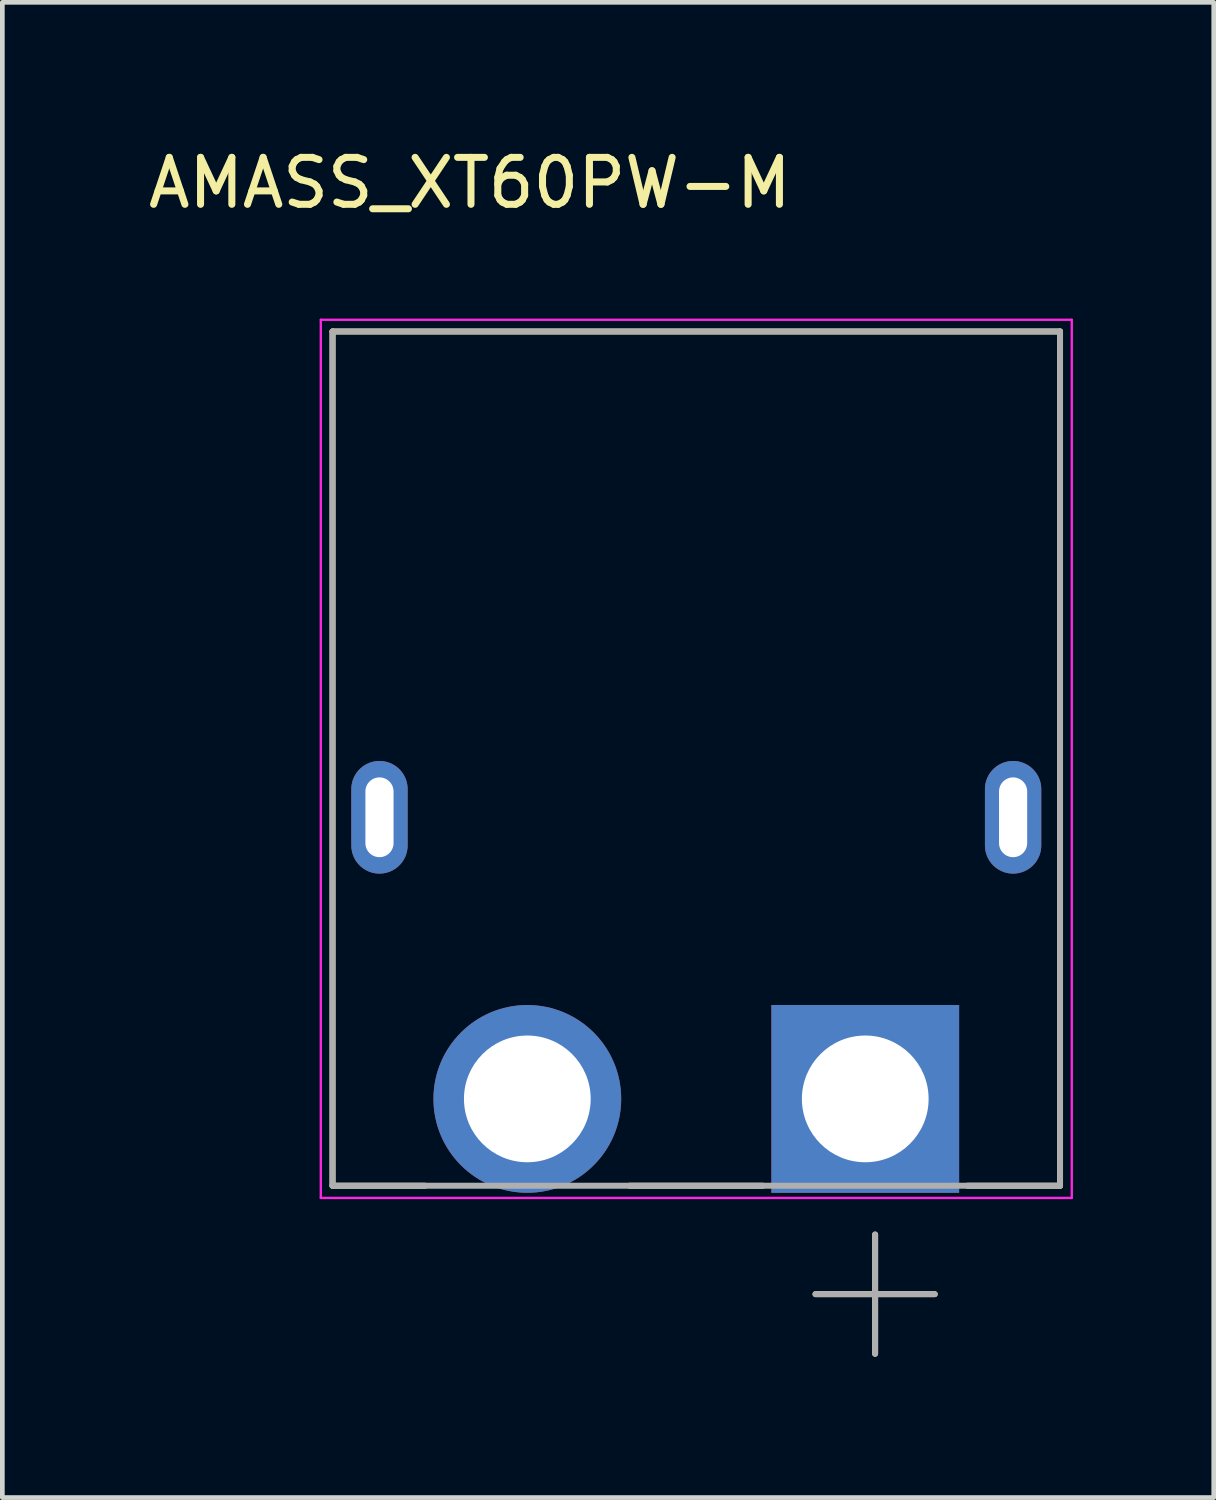
<source format=kicad_pcb>
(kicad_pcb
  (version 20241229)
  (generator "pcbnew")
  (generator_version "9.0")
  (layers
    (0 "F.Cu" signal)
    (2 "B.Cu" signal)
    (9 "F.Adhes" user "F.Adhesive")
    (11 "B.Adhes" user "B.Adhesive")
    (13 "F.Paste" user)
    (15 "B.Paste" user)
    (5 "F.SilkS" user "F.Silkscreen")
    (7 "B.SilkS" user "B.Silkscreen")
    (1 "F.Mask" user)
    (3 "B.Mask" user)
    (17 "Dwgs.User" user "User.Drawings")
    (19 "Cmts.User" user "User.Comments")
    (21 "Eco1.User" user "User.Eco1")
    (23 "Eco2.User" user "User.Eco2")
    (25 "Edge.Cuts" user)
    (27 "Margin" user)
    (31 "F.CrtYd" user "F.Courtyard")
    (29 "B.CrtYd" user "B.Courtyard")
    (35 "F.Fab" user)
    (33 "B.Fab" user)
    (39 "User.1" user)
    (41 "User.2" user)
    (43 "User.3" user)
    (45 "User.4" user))
  (footprint "AMASS_XT60PW-M"
    (layer "F.Cu")
    (at 11.785 14.363)
    (property "Reference" "AMASS_XT60PW-M" (at -4.824 -13.515 0) (layer "F.SilkS") (effects (font (size 1 1) (thickness 0.15))))
    (attr through_hole)
    (fp_line (start -7.75 -10.35) (end -7.75 7.85) (stroke (width 0.127) (type solid)) (layer "F.SilkS"))
    (fp_line (start -7.75 7.85) (end -5.778 7.85) (stroke (width 0.127) (type solid)) (layer "F.SilkS"))
    (fp_line (start -1.422 7.85) (end 1.422 7.85) (stroke (width 0.127) (type solid)) (layer "F.SilkS"))
    (fp_line (start 2.54 10.16) (end 3.81 10.16) (stroke (width 0.127) (type solid)) (layer "F.SilkS"))
    (fp_line (start 3.81 10.16) (end 3.81 8.89) (stroke (width 0.127) (type solid)) (layer "F.SilkS"))
    (fp_line (start 3.81 10.16) (end 3.81 11.43) (stroke (width 0.127) (type solid)) (layer "F.SilkS"))
    (fp_line (start 5.08 10.16) (end 3.81 10.16) (stroke (width 0.127) (type solid)) (layer "F.SilkS"))
    (fp_line (start 7.75 -10.35) (end -7.75 -10.35) (stroke (width 0.127) (type solid)) (layer "F.SilkS"))
    (fp_line (start 7.75 7.85) (end 5.778 7.85) (stroke (width 0.127) (type solid)) (layer "F.SilkS"))
    (fp_line (start 7.75 7.85) (end 7.75 -10.35) (stroke (width 0.127) (type solid)) (layer "F.SilkS"))
    (fp_line (start -8 -10.6) (end -8 8.11) (stroke (width 0.05) (type solid)) (layer "F.CrtYd"))
    (fp_line (start -8 8.11) (end 8 8.11) (stroke (width 0.05) (type solid)) (layer "F.CrtYd"))
    (fp_line (start 8 -10.6) (end -8 -10.6) (stroke (width 0.05) (type solid)) (layer "F.CrtYd"))
    (fp_line (start 8 8.11) (end 8 -10.6) (stroke (width 0.05) (type solid)) (layer "F.CrtYd"))
    (fp_line (start -7.75 -10.35) (end -7.75 7.85) (stroke (width 0.127) (type solid)) (layer "F.Fab"))
    (fp_line (start -7.75 7.85) (end 7.75 7.85) (stroke (width 0.127) (type solid)) (layer "F.Fab"))
    (fp_line (start 2.54 10.16) (end 3.81 10.16) (stroke (width 0.127) (type solid)) (layer "F.Fab"))
    (fp_line (start 3.81 10.16) (end 3.81 8.89) (stroke (width 0.127) (type solid)) (layer "F.Fab"))
    (fp_line (start 3.81 10.16) (end 3.81 11.43) (stroke (width 0.127) (type solid)) (layer "F.Fab"))
    (fp_line (start 5.08 10.16) (end 3.81 10.16) (stroke (width 0.127) (type solid)) (layer "F.Fab"))
    (fp_line (start 7.75 -10.35) (end -7.75 -10.35) (stroke (width 0.127) (type solid)) (layer "F.Fab"))
    (fp_line (start 7.75 7.85) (end 7.75 -10.35) (stroke (width 0.127) (type solid)) (layer "F.Fab"))
    (pad "1" thru_hole rect (at 3.6 6) (size 4 4) (drill 2.7) (layers "*.Cu" "*.Mask"))
    (pad "2" thru_hole circle (at -3.6 6) (size 4 4) (drill 2.7) (layers "*.Cu" "*.Mask"))
    (pad "S1" thru_hole oval (at 6.75 0) (size 1.2 2.4) (drill oval 0.6 1.7) (layers "*.Cu" "*.Mask"))
    (pad "S2" thru_hole oval (at -6.75 0) (size 1.2 2.4) (drill oval 0.6 1.7) (layers "*.Cu" "*.Mask")))
  (gr_rect
    (start -3 -3)
    (end 22.81 28.857)
    (stroke (width 0.1) (type default))
    (fill no)
    (layer "Edge.Cuts")))
</source>
